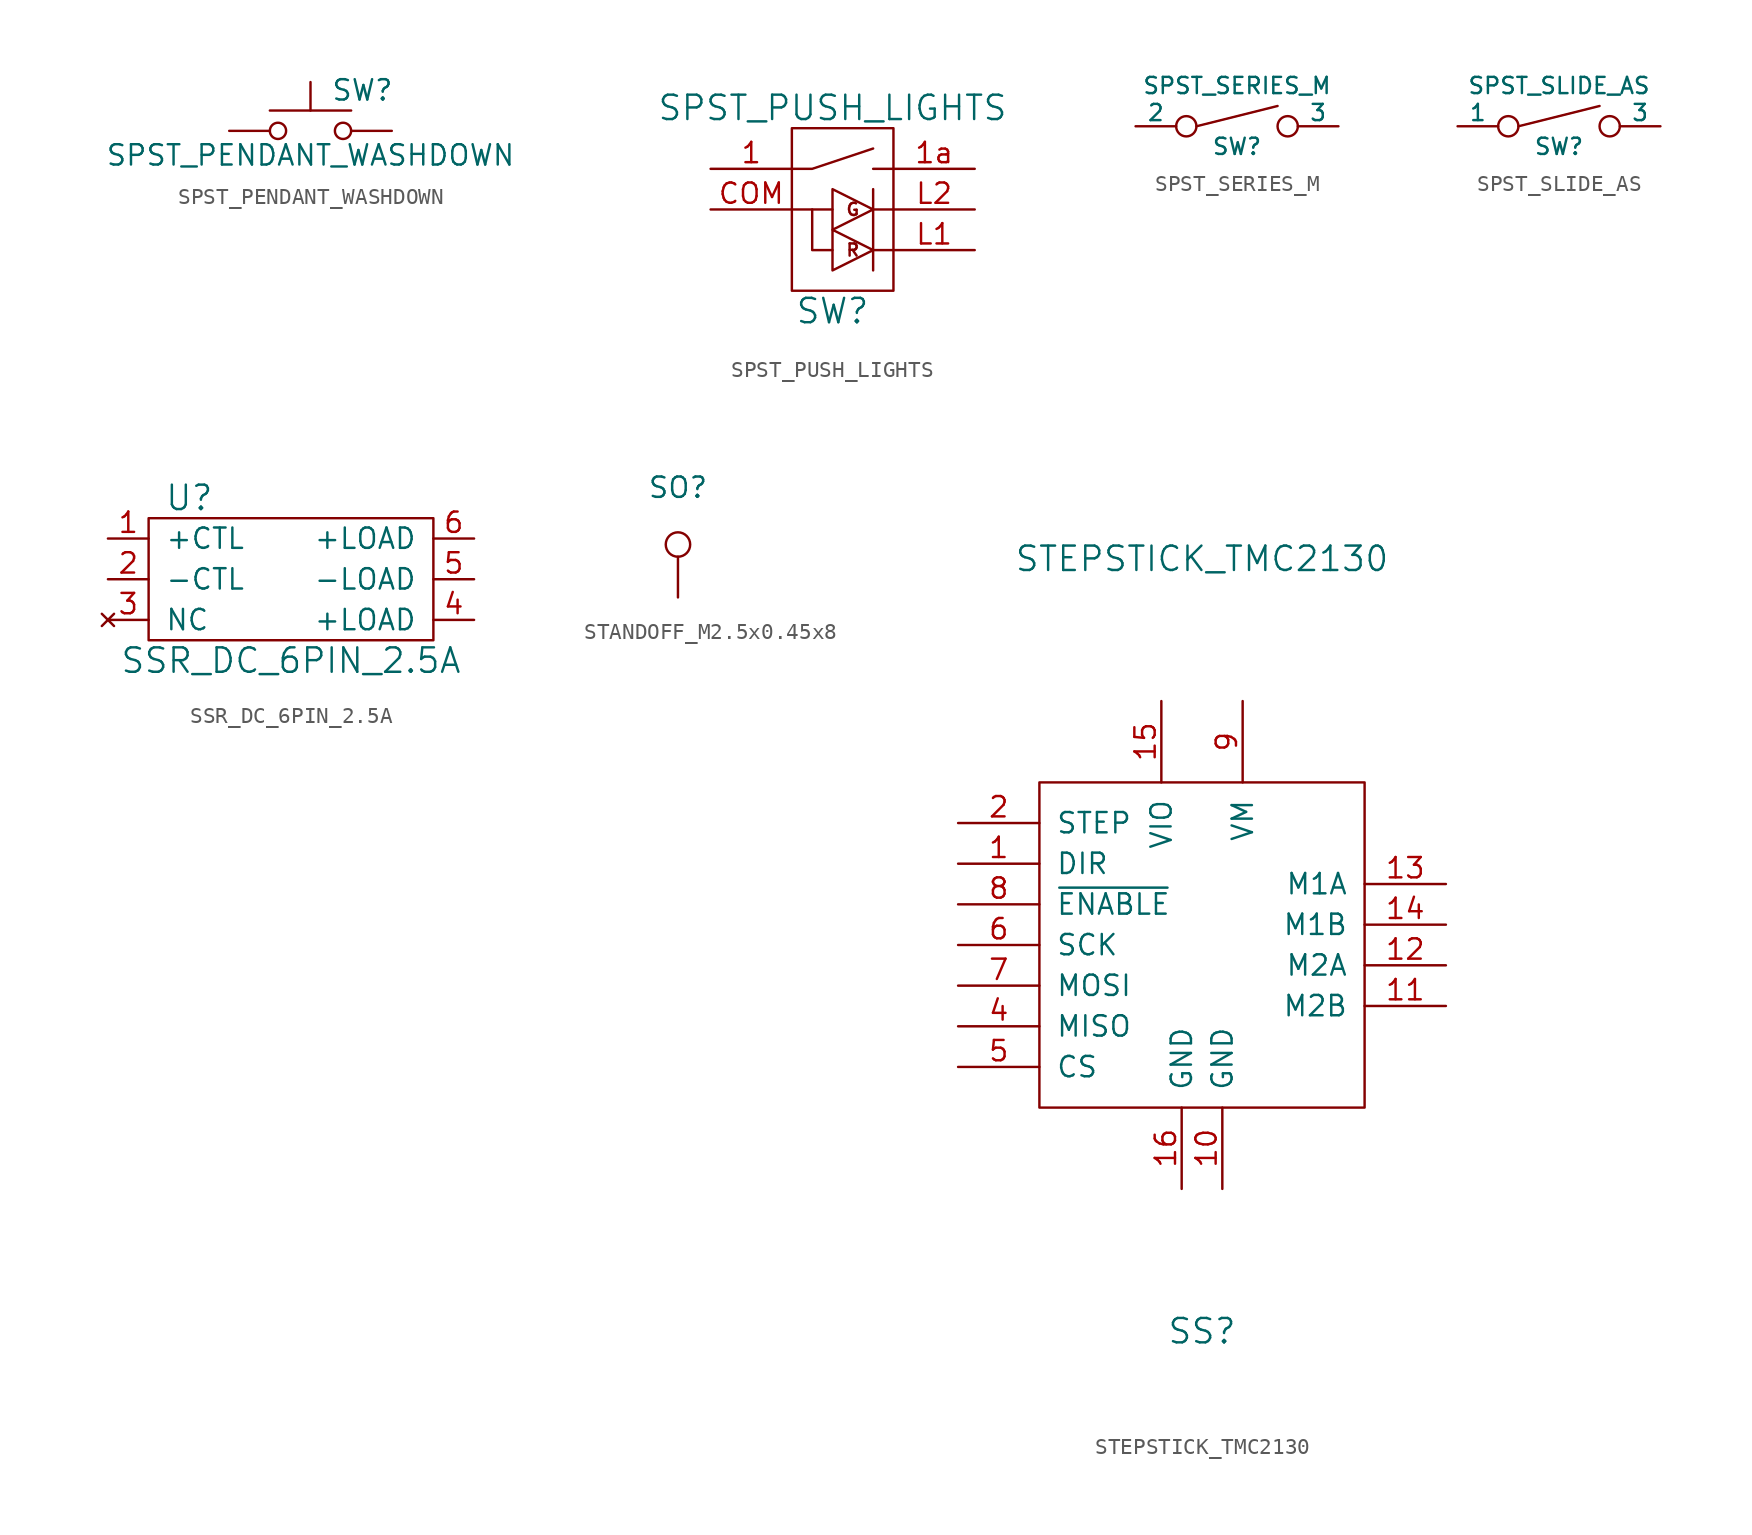
<source format=kicad_sym>
(kicad_symbol_lib
  (version 20211014)
  (generator kicad_symbol_editor)
  (symbol "SPST_PENDANT_WASHDOWN"
    (pin_numbers hide)
    (pin_names
      (offset 1.016) hide)
    (property "Reference" "SW"
      (at 1.27 2.54 0)
      (effects (font (size 1.27 1.27)) (justify left)))
    (property "Value" "SPST_PENDANT_WASHDOWN"
      (at 0 -1.524 0)
      (effects (font (size 1.27 1.27))))
    (symbol "SPST_PENDANT_WASHDOWN_0_1"
      (circle (center -2.032 0) (radius 0.508) (stroke (width 0) (type default) (color 0 0 0 0)) (fill (type none)))
      (polyline (pts (xy 0 1.27) (xy 0 3.048)) (stroke (width 0) (type default) (color 0 0 0 0)) (fill (type none)))
      (polyline (pts (xy 2.54 1.27) (xy -2.54 1.27)) (stroke (width 0) (type default) (color 0 0 0 0)) (fill (type none)))
      (circle (center 2.032 0) (radius 0.508) (stroke (width 0) (type default) (color 0 0 0 0)) (fill (type none)))
      (pin passive line (at -5.08 0 0) (length 2.54) (name "1" (effects (font (size 1.27 1.27)))) (number "1" (effects (font (size 1.27 1.27)))))
      (pin passive line (at 5.08 0 180) (length 2.54) (name "2" (effects (font (size 1.27 1.27)))) (number "2" (effects (font (size 1.27 1.27)))))))
  (symbol "SPST_PUSH_LIGHTS"
    (pin_names
      (offset 1.016))
    (property "Reference" "SW"
      (at 0 -6.35 0)
      (effects (font (size 1.524 1.524))))
    (property "Value" "SPST_PUSH_LIGHTS"
      (at 0 6.35 0)
      (effects (font (size 1.524 1.524))))
    (symbol "SPST_PUSH_LIGHTS_0_0"
      (rectangle (start -2.54 5.08) (end 3.81 -5.08) (stroke (width 0) (type default) (color 0 0 0 0)) (fill (type none)))
      (text "G" (at 1.27 0 0) (effects (font (size 0.762 0.762))))
      (text "R" (at 1.27 -2.54 0) (effects (font (size 0.762 0.762)))))
    (symbol "SPST_PUSH_LIGHTS_0_1"
      (polyline (pts (xy -2.54 0) (xy 0 0)) (stroke (width 0) (type default) (color 0 0 0 0)) (fill (type none)))
      (polyline (pts (xy 2.54 -2.54) (xy 3.81 -2.54)) (stroke (width 0) (type default) (color 0 0 0 0)) (fill (type none)))
      (polyline (pts (xy 2.54 0) (xy 3.81 0)) (stroke (width 0) (type default) (color 0 0 0 0)) (fill (type none)))
      (polyline (pts (xy 2.54 1.27) (xy 2.54 -3.81)) (stroke (width 0) (type default) (color 0 0 0 0)) (fill (type none)))
      (polyline (pts (xy 3.81 2.54) (xy 2.54 2.54)) (stroke (width 0) (type default) (color 0 0 0 0)) (fill (type none)))
      (polyline (pts (xy -2.54 2.54) (xy -1.27 2.54) (xy 2.54 3.81)) (stroke (width 0) (type default) (color 0 0 0 0)) (fill (type none)))
      (polyline (pts (xy -1.27 0) (xy -1.27 -2.54) (xy 0 -2.54)) (stroke (width 0) (type default) (color 0 0 0 0)) (fill (type none)))
      (polyline (pts (xy 2.54 -2.54) (xy 0 -1.27) (xy 0 -3.81) (xy 2.54 -2.54)) (stroke (width 0) (type default) (color 0 0 0 0)) (fill (type none)))
      (polyline (pts (xy 2.54 0) (xy 0 1.27) (xy 0 -1.27) (xy 2.54 0)) (stroke (width 0) (type default) (color 0 0 0 0)) (fill (type none))))
    (symbol "SPST_PUSH_LIGHTS_1_1"
      (pin passive line (at -7.62 2.54 0) (length 5.08) (name "~" (effects (font (size 1.27 1.27)))) (number "1" (effects (font (size 1.27 1.27)))))
      (pin passive line (at 8.89 2.54 180) (length 5.08) (name "~" (effects (font (size 1.27 1.27)))) (number "1a" (effects (font (size 1.27 1.27)))))
      (pin passive line (at -7.62 0 0) (length 5.08) (name "~" (effects (font (size 1.27 1.27)))) (number "COM" (effects (font (size 1.27 1.27)))))
      (pin passive line (at 8.89 -2.54 180) (length 5.08) (name "~" (effects (font (size 1.27 1.27)))) (number "L1" (effects (font (size 1.27 1.27)))))
      (pin passive line (at 8.89 0 180) (length 5.08) (name "~" (effects (font (size 1.27 1.27)))) (number "L2" (effects (font (size 1.27 1.27)))))))
  (symbol "SPST_SERIES_M"
    (pin_numbers hide)
    (pin_names
      (offset 0))
    (property "Reference" "SW"
      (at 0 -1.27 0)
      (effects (font (size 1.016 1.016))))
    (property "Value" "SPST_SERIES_M"
      (at 0 2.54 0)
      (effects (font (size 1.016 1.016))))
    (property "Datasheet" ""
      (at 0 0 0)
      (effects (font (size 1.524 1.524))))
    (symbol "SPST_SERIES_M_0_1"
      (circle (center -3.175 0) (radius 0.635) (stroke (width 0) (type default) (color 0 0 0 0)) (fill (type none)))
      (polyline (pts (xy -2.54 0) (xy 2.54 1.27)) (stroke (width 0) (type default) (color 0 0 0 0)) (fill (type none)))
      (circle (center 3.175 0) (radius 0.635) (stroke (width 0) (type default) (color 0 0 0 0)) (fill (type none))))
    (symbol "SPST_SERIES_M_1_1"
      (pin passive line (at -6.35 0 0) (length 2.54) (name "2" (effects (font (size 1.016 1.016)))) (number "2" (effects (font (size 1.016 1.016)))))
      (pin passive line (at 6.35 0 180) (length 2.54) (name "3" (effects (font (size 1.016 1.016)))) (number "3" (effects (font (size 1.016 1.016)))))))
  (symbol "SPST_SLIDE_AS"
    (pin_numbers hide)
    (pin_names
      (offset 0))
    (property "Reference" "SW"
      (at 0 -1.27 0)
      (effects (font (size 1.016 1.016))))
    (property "Value" "SPST_SLIDE_AS"
      (at 0 2.54 0)
      (effects (font (size 1.016 1.016))))
    (property "Datasheet" ""
      (at 0 0 0)
      (effects (font (size 1.524 1.524))))
    (symbol "SPST_SLIDE_AS_0_1"
      (circle (center -3.175 0) (radius 0.635) (stroke (width 0) (type default) (color 0 0 0 0)) (fill (type none)))
      (polyline (pts (xy -2.54 0) (xy 2.54 1.27)) (stroke (width 0) (type default) (color 0 0 0 0)) (fill (type none)))
      (circle (center 3.175 0) (radius 0.635) (stroke (width 0) (type default) (color 0 0 0 0)) (fill (type none))))
    (symbol "SPST_SLIDE_AS_1_1"
      (pin passive line (at -6.35 0 0) (length 2.54) (name "1" (effects (font (size 1.016 1.016)))) (number "1" (effects (font (size 1.016 1.016)))))
      (pin passive line (at 6.35 0 180) (length 2.54) (name "3" (effects (font (size 1.016 1.016)))) (number "3" (effects (font (size 1.016 1.016)))))))
  (symbol "SSR_DC_6PIN_2.5A"
    (pin_names
      (offset 1.016))
    (property "Reference" "U"
      (at -6.35 5.08 0)
      (effects (font (size 1.524 1.524))))
    (property "Value" "SSR_DC_6PIN_2.5A"
      (at 0 -5.08 0)
      (effects (font (size 1.524 1.524))))
    (property "Datasheet" ""
      (at -6.35 5.08 0)
      (effects (font (size 1.524 1.524))))
    (symbol "SSR_DC_6PIN_2.5A_0_1"
      (rectangle (start -8.89 3.81) (end 8.89 -3.81) (stroke (width 0) (type default) (color 0 0 0 0)) (fill (type none))))
    (symbol "SSR_DC_6PIN_2.5A_1_1"
      (pin passive line (at -11.43 2.54 0) (length 2.54) (name "+CTL" (effects (font (size 1.27 1.27)))) (number "1" (effects (font (size 1.27 1.27)))))
      (pin passive line (at -11.43 0 0) (length 2.54) (name "-CTL" (effects (font (size 1.27 1.27)))) (number "2" (effects (font (size 1.27 1.27)))))
      (pin no_connect line (at -11.43 -2.54 0) (length 2.54) (name "NC" (effects (font (size 1.27 1.27)))) (number "3" (effects (font (size 1.27 1.27)))))
      (pin passive line (at 11.43 -2.54 180) (length 2.54) (name "+LOAD" (effects (font (size 1.27 1.27)))) (number "4" (effects (font (size 1.27 1.27)))))
      (pin passive line (at 11.43 0 180) (length 2.54) (name "-LOAD" (effects (font (size 1.27 1.27)))) (number "5" (effects (font (size 1.27 1.27)))))
      (pin passive line (at 11.43 2.54 180) (length 2.54) (name "+LOAD" (effects (font (size 1.27 1.27)))) (number "6" (effects (font (size 1.27 1.27)))))))
  (symbol "STANDOFF_M2.5x0.45x8"
    (pin_numbers hide)
    (pin_names
      (offset 0.762) hide)
    (property "Reference" "SO"
      (at 0 6.858 0)
      (effects (font (size 1.27 1.27))))
    (property "Datasheet" ""
      (at 5.08 0 0)
      (effects (font (size 1.27 1.27))))
    (symbol "STANDOFF_M2.5x0.45x8_0_1"
      (circle (center 0 3.302) (radius 0.762) (stroke (width 0) (type default) (color 0 0 0 0)) (fill (type none))))
    (symbol "STANDOFF_M2.5x0.45x8_1_1"
      (pin passive line (at 0 0 90) (length 2.54) (name "1" (effects (font (size 1.27 1.27)))) (number "1" (effects (font (size 1.27 1.27)))))))
  (symbol "STEPSTICK_TMC2130"
    (pin_names
      (offset 1.016))
    (property "Reference" "SS"
      (at 0 -24.13 0)
      (effects (font (size 1.524 1.524))))
    (property "Value" "STEPSTICK_TMC2130"
      (at 0 24.13 0)
      (effects (font (size 1.524 1.524))))
    (symbol "STEPSTICK_TMC2130_0_1"
      (rectangle (start -10.16 10.16) (end 10.16 -10.16) (stroke (width 0) (type default) (color 0 0 0 0)) (fill (type none))))
    (symbol "STEPSTICK_TMC2130_1_1"
      (pin input line (at -15.24 5.08 0) (length 5.08) (name "DIR" (effects (font (size 1.27 1.27)))) (number "1" (effects (font (size 1.27 1.27)))))
      (pin power_in line (at 1.27 -15.24 90) (length 5.08) (name "GND" (effects (font (size 1.27 1.27)))) (number "10" (effects (font (size 1.27 1.27)))))
      (pin power_out line (at 15.24 -3.81 180) (length 5.08) (name "M2B" (effects (font (size 1.27 1.27)))) (number "11" (effects (font (size 1.27 1.27)))))
      (pin power_out line (at 15.24 -1.27 180) (length 5.08) (name "M2A" (effects (font (size 1.27 1.27)))) (number "12" (effects (font (size 1.27 1.27)))))
      (pin power_out line (at 15.24 3.81 180) (length 5.08) (name "M1A" (effects (font (size 1.27 1.27)))) (number "13" (effects (font (size 1.27 1.27)))))
      (pin power_out line (at 15.24 1.27 180) (length 5.08) (name "M1B" (effects (font (size 1.27 1.27)))) (number "14" (effects (font (size 1.27 1.27)))))
      (pin power_in line (at -2.54 15.24 270) (length 5.08) (name "VIO" (effects (font (size 1.27 1.27)))) (number "15" (effects (font (size 1.27 1.27)))))
      (pin power_in line (at -1.27 -15.24 90) (length 5.08) (name "GND" (effects (font (size 1.27 1.27)))) (number "16" (effects (font (size 1.27 1.27)))))
      (pin input line (at -15.24 7.62 0) (length 5.08) (name "STEP" (effects (font (size 1.27 1.27)))) (number "2" (effects (font (size 1.27 1.27)))))
      (pin bidirectional line (at -15.24 -5.08 0) (length 5.08) (name "MISO" (effects (font (size 1.27 1.27)))) (number "4" (effects (font (size 1.27 1.27)))))
      (pin input line (at -15.24 -7.62 0) (length 5.08) (name "CS" (effects (font (size 1.27 1.27)))) (number "5" (effects (font (size 1.27 1.27)))))
      (pin bidirectional line (at -15.24 0 0) (length 5.08) (name "SCK" (effects (font (size 1.27 1.27)))) (number "6" (effects (font (size 1.27 1.27)))))
      (pin bidirectional line (at -15.24 -2.54 0) (length 5.08) (name "MOSI" (effects (font (size 1.27 1.27)))) (number "7" (effects (font (size 1.27 1.27)))))
      (pin input line (at -15.24 2.54 0) (length 5.08) (name "~{ENABLE}" (effects (font (size 1.27 1.27)))) (number "8" (effects (font (size 1.27 1.27)))))
      (pin power_in line (at 2.54 15.24 270) (length 5.08) (name "VM" (effects (font (size 1.27 1.27)))) (number "9" (effects (font (size 1.27 1.27))))))))
</source>
